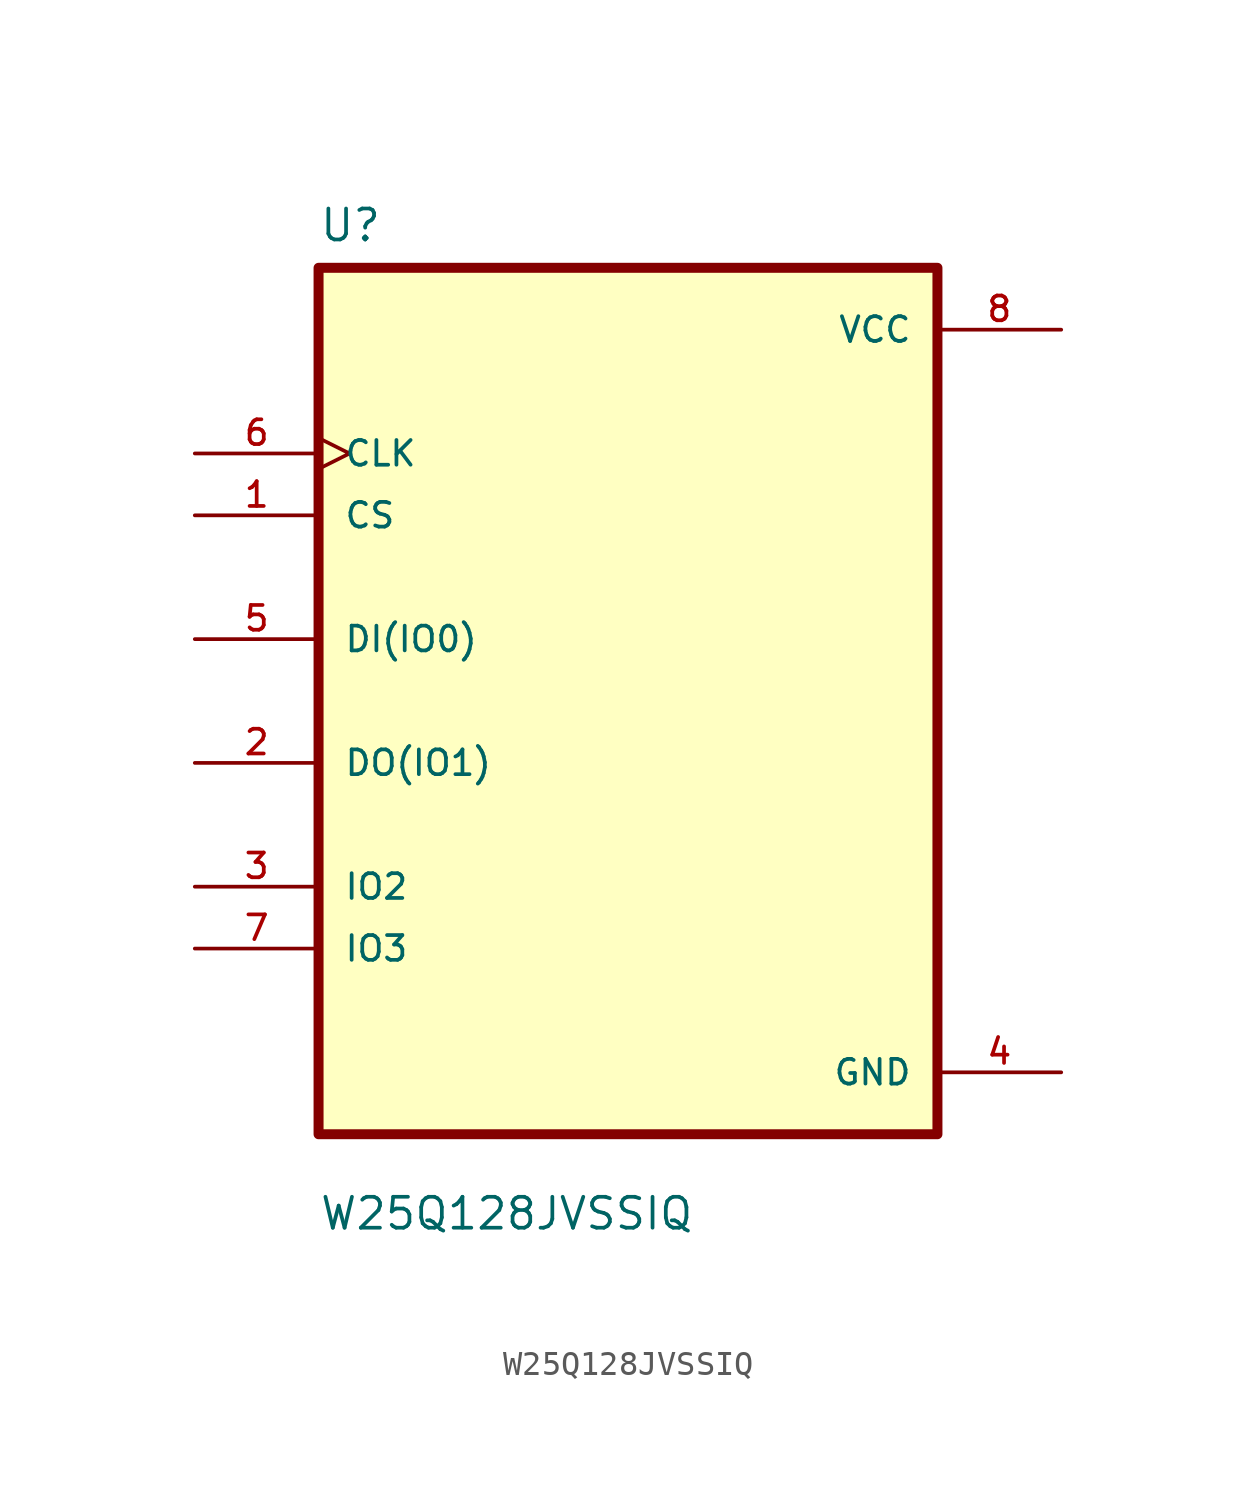
<source format=kicad_sym>
(kicad_symbol_lib
  (version 20211014)
  (generator kicad_symbol_editor)
  (symbol "W25Q128JVSSIQ"
    (pin_names
      (offset 1.016))
    (property "Reference" "U"
      (at -12.7 18.78 0.0)
      (effects (font (size 1.27 1.27)) (justify bottom left)))
    (property "Value" "W25Q128JVSSIQ"
      (at -12.7 -21.78 0.0)
      (effects (font (size 1.27 1.27)) (justify bottom left)))
    (symbol "W25Q128JVSSIQ_0_0"
      (rectangle (start -12.7 -17.78) (end 12.7 17.78) (stroke (width 0.41)) (fill (type background)))
      (pin input clock (at -17.78 10.16 0) (length 5.08) (name "CLK" (effects (font (size 1.016 1.016)))) (number "6" (effects (font (size 1.016 1.016)))))
      (pin input line (at -17.78 7.62 0) (length 5.08) (name "CS" (effects (font (size 1.016 1.016)))) (number "1" (effects (font (size 1.016 1.016)))))
      (pin bidirectional line (at -17.78 2.54 0) (length 5.08) (name "DI(IO0)" (effects (font (size 1.016 1.016)))) (number "5" (effects (font (size 1.016 1.016)))))
      (pin bidirectional line (at -17.78 -2.54 0) (length 5.08) (name "DO(IO1)" (effects (font (size 1.016 1.016)))) (number "2" (effects (font (size 1.016 1.016)))))
      (pin bidirectional line (at -17.78 -7.62 0) (length 5.08) (name "IO2" (effects (font (size 1.016 1.016)))) (number "3" (effects (font (size 1.016 1.016)))))
      (pin bidirectional line (at -17.78 -10.16 0) (length 5.08) (name "IO3" (effects (font (size 1.016 1.016)))) (number "7" (effects (font (size 1.016 1.016)))))
      (pin power_in line (at 17.78 15.24 180.0) (length 5.08) (name "VCC" (effects (font (size 1.016 1.016)))) (number "8" (effects (font (size 1.016 1.016)))))
      (pin power_in line (at 17.78 -15.24 180.0) (length 5.08) (name "GND" (effects (font (size 1.016 1.016)))) (number "4" (effects (font (size 1.016 1.016))))))))
</source>
